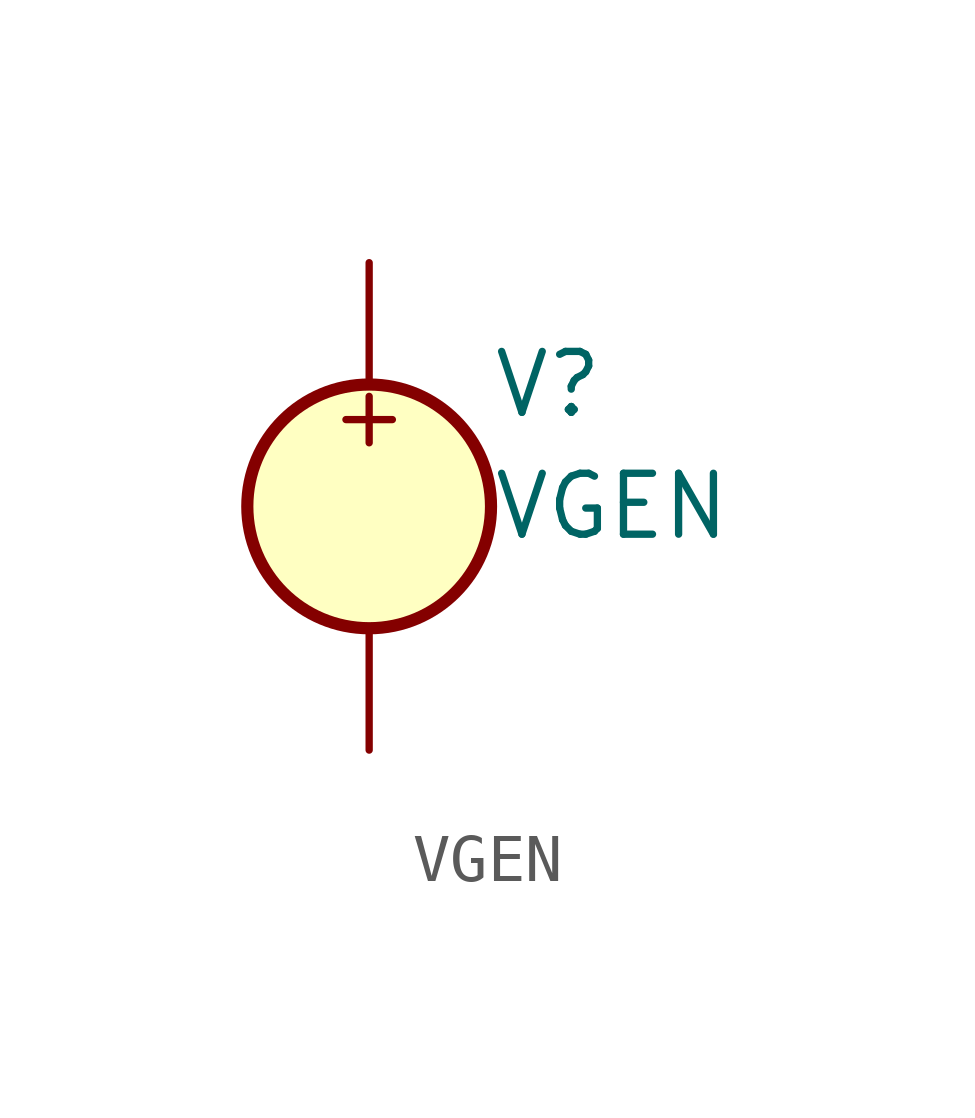
<source format=kicad_sym>
(kicad_symbol_lib
  (version 20211014)
  (generator kicad_symbol_editor)
  (symbol "VGEN"
    (pin_numbers hide)
    (pin_names
      (offset 0.025))
    (property "Reference" "V"
      (at 2.54 2.54 0)
      (effects (font (size 1.27 1.27)) (justify left)))
    (property "Value" "VGEN"
      (at 2.54 0 0)
      (effects (font (size 1.27 1.27)) (justify left)))
    (symbol "VGEN_0_0"
      (text "+" (at 0 1.905 0) (effects (font (size 1.27 1.27)))))
    (symbol "VGEN_0_1"
      (circle (center 0 0) (radius 2.54) (stroke (width 0.254) (type default) (color 0 0 0 0)) (fill (type background))))
    (symbol "VGEN_1_1"
      (pin passive line (at 0 5.08 270) (length 2.54) (name "~" (effects (font (size 1.27 1.27)))) (number "1" (effects (font (size 1.27 1.27)))))
      (pin passive line (at 0 -5.08 90) (length 2.54) (name "~" (effects (font (size 1.27 1.27)))) (number "2" (effects (font (size 1.27 1.27))))))))
</source>
